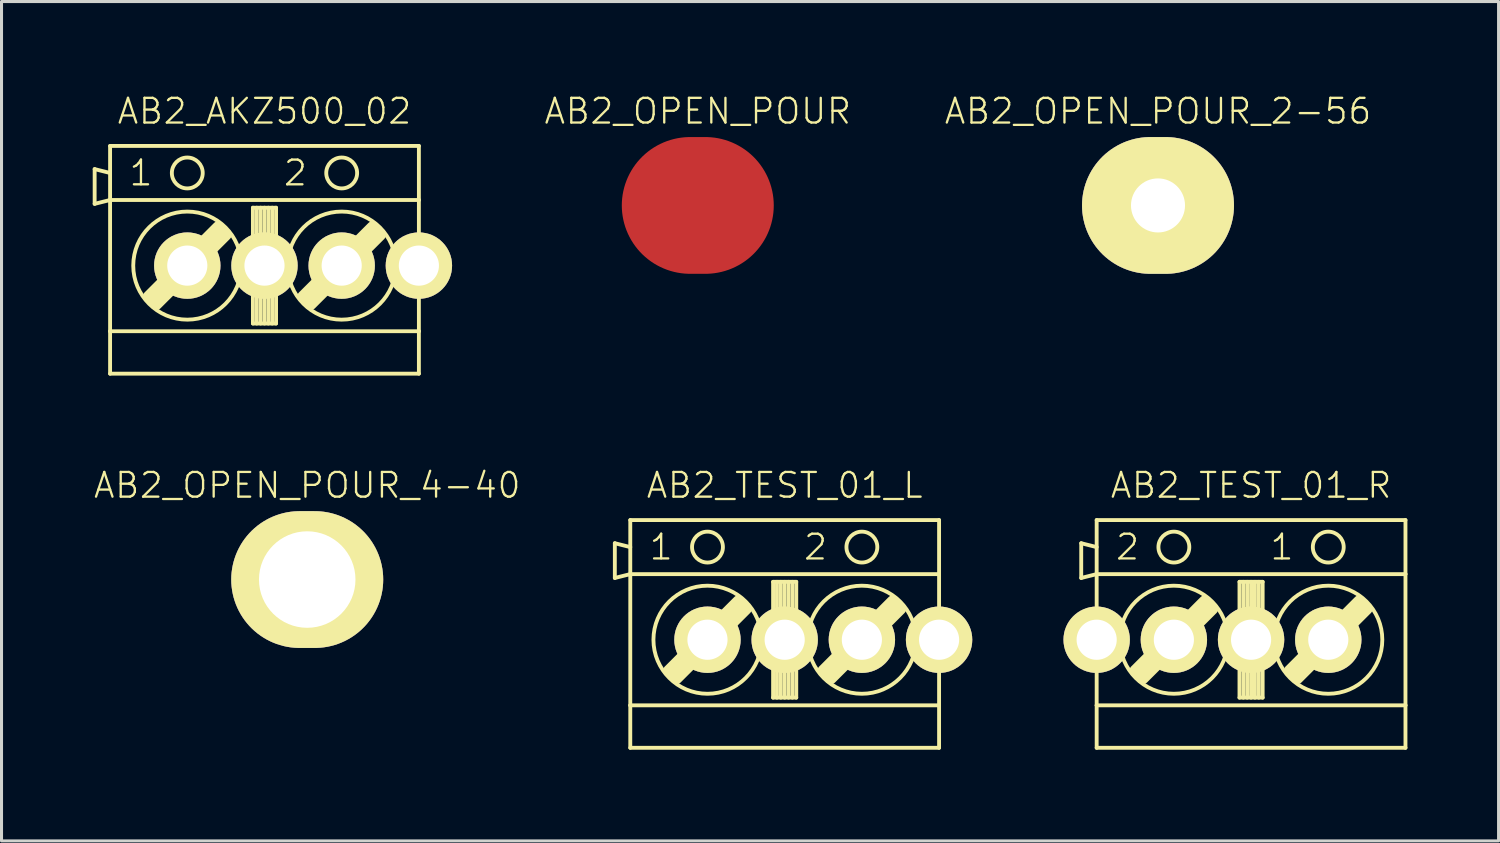
<source format=kicad_pcb>
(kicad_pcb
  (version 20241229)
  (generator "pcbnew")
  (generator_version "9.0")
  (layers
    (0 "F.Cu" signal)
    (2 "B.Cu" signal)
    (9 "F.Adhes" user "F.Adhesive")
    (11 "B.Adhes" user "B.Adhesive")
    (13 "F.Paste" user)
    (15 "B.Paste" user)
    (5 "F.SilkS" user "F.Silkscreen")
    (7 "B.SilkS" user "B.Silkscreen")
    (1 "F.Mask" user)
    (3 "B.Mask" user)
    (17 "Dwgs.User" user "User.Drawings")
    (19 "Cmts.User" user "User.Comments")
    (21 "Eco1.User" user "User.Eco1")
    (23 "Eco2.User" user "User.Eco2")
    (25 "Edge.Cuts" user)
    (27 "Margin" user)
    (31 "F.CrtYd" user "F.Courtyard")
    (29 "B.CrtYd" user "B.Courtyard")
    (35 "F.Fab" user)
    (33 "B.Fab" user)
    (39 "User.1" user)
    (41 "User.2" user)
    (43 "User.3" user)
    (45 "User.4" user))
  (footprint "AB2_OPEN_POUR"
    (layer "F.Cu")
    (at 19.908 3.709)
    (property "Reference" "AB2_OPEN_POUR" (at 0 -3.1 0) (layer "F.SilkS") (effects (font (size 0.813 0.813) (thickness 0.076))))
    (attr through_hole)
    (pad "1" smd oval (at 0 0) (size 5 4.5) (layers "F.Cu" "F.Mask" "F.Paste")))
  (footprint "AB2_TEST_01_R"
    (layer "F.Cu")
    (at 38.112 17.998)
    (property "Reference" "AB2_TEST_01_R" (at 0 -5.08 0) (layer "F.SilkS") (effects (font (size 0.813 0.813) (thickness 0.076))))
    (attr through_hole)
    (fp_line (start -5.588 -3.175) (end -5.08 -3.048) (stroke (width 0.127) (type solid)) (layer "F.SilkS"))
    (fp_line (start -5.588 -2.032) (end -5.588 -3.175) (stroke (width 0.127) (type solid)) (layer "F.SilkS"))
    (fp_line (start -5.08 -3.937) (end 5.08 -3.937) (stroke (width 0.127) (type solid)) (layer "F.SilkS"))
    (fp_line (start -5.08 -2.159) (end -5.588 -2.032) (stroke (width 0.127) (type solid)) (layer "F.SilkS"))
    (fp_line (start -5.08 -2.159) (end -5.08 -3.937) (stroke (width 0.127) (type solid)) (layer "F.SilkS"))
    (fp_line (start -5.08 -2.159) (end 5.08 -2.159) (stroke (width 0.127) (type solid)) (layer "F.SilkS"))
    (fp_line (start -5.08 2.159) (end -5.08 -2.159) (stroke (width 0.127) (type solid)) (layer "F.SilkS"))
    (fp_line (start -5.08 2.159) (end -5.08 3.556) (stroke (width 0.127) (type solid)) (layer "F.SilkS"))
    (fp_line (start -5.08 3.556) (end 5.08 3.556) (stroke (width 0.127) (type solid)) (layer "F.SilkS"))
    (fp_line (start -3.81 1.016) (end -1.524 -1.27) (stroke (width 0.381) (type solid)) (layer "F.SilkS"))
    (fp_line (start -3.683 1.143) (end -1.397 -1.143) (stroke (width 0.381) (type solid)) (layer "F.SilkS"))
    (fp_line (start -1.27 -1.016) (end -3.556 1.27) (stroke (width 0.381) (type solid)) (layer "F.SilkS"))
    (fp_line (start -0.381 -1.905) (end 0.381 -1.905) (stroke (width 0.127) (type solid)) (layer "F.SilkS"))
    (fp_line (start -0.381 1.905) (end -0.381 -1.905) (stroke (width 0.127) (type solid)) (layer "F.SilkS"))
    (fp_line (start -0.254 -1.905) (end -0.254 1.905) (stroke (width 0.127) (type solid)) (layer "F.SilkS"))
    (fp_line (start -0.127 -1.905) (end -0.127 1.905) (stroke (width 0.127) (type solid)) (layer "F.SilkS"))
    (fp_line (start 0 -1.905) (end 0 1.905) (stroke (width 0.127) (type solid)) (layer "F.SilkS"))
    (fp_line (start 0.127 -1.905) (end 0.127 1.905) (stroke (width 0.127) (type solid)) (layer "F.SilkS"))
    (fp_line (start 0.254 -1.905) (end 0.254 1.905) (stroke (width 0.127) (type solid)) (layer "F.SilkS"))
    (fp_line (start 0.381 -1.905) (end 0.381 1.905) (stroke (width 0.127) (type solid)) (layer "F.SilkS"))
    (fp_line (start 0.381 1.905) (end -0.381 1.905) (stroke (width 0.127) (type solid)) (layer "F.SilkS"))
    (fp_line (start 1.27 1.016) (end 3.556 -1.27) (stroke (width 0.381) (type solid)) (layer "F.SilkS"))
    (fp_line (start 1.397 1.143) (end 3.683 -1.143) (stroke (width 0.381) (type solid)) (layer "F.SilkS"))
    (fp_line (start 3.81 -1.016) (end 1.524 1.27) (stroke (width 0.381) (type solid)) (layer "F.SilkS"))
    (fp_line (start 5.08 -3.937) (end 5.08 -2.159) (stroke (width 0.127) (type solid)) (layer "F.SilkS"))
    (fp_line (start 5.08 -2.159) (end 5.08 2.159) (stroke (width 0.127) (type solid)) (layer "F.SilkS"))
    (fp_line (start 5.08 2.159) (end -5.08 2.159) (stroke (width 0.127) (type solid)) (layer "F.SilkS"))
    (fp_line (start 5.08 3.556) (end 5.08 2.159) (stroke (width 0.127) (type solid)) (layer "F.SilkS"))
    (fp_circle (center -2.54 -3.048) (end -2.54 -3.556) (stroke (width 0.127) (type solid)) (fill no) (layer "F.SilkS"))
    (fp_circle (center -2.54 0) (end -2.54 -1.778) (stroke (width 0.127) (type solid)) (fill no) (layer "F.SilkS"))
    (fp_circle (center 2.54 -3.048) (end 2.54 -3.556) (stroke (width 0.127) (type solid)) (fill no) (layer "F.SilkS"))
    (fp_circle (center 2.54 0) (end 2.54 -1.778) (stroke (width 0.127) (type solid)) (fill no) (layer "F.SilkS"))
    (fp_text user "1" (at 1.016 -3.048 0) (layer "F.SilkS") (effects (font (size 0.813 0.813) (thickness 0.076))))
    (fp_text user "2" (at -4.064 -3.048 0) (layer "F.SilkS") (effects (font (size 0.813 0.813) (thickness 0.076))))
    (pad "1" thru_hole circle (at 0 0) (size 2.184 2.184) (drill 1.321) (layers "*.Cu" "*.Mask" "F.SilkS"))
    (pad "1" thru_hole circle (at 2.54 0) (size 2.184 2.184) (drill 1.321) (layers "*.Cu" "*.Mask" "F.SilkS"))
    (pad "2" thru_hole circle (at -5.08 0) (size 2.184 2.184) (drill 1.321) (layers "*.Cu" "*.Mask" "F.SilkS"))
    (pad "2" thru_hole circle (at -2.54 0) (size 2.184 2.184) (drill 1.321) (layers "*.Cu" "*.Mask" "F.SilkS")))
  (footprint "AB2_OPEN_POUR_2-56"
    (layer "F.Cu")
    (at 35.05 3.709)
    (property "Reference" "AB2_OPEN_POUR_2-56" (at 0 -3.1 0) (layer "F.SilkS") (effects (font (size 0.813 0.813) (thickness 0.076))))
    (attr through_hole)
    (pad "1" thru_hole oval (at 0 0) (size 5 4.5) (drill 1.778) (layers "*.Cu" "*.Mask" "F.SilkS")))
  (footprint "AB2_TEST_01_L"
    (layer "F.Cu")
    (at 22.767 17.998)
    (property "Reference" "AB2_TEST_01_L" (at 0 -5.08 0) (layer "F.SilkS") (effects (font (size 0.813 0.813) (thickness 0.076))))
    (attr through_hole)
    (fp_line (start -5.588 -3.175) (end -5.08 -3.048) (stroke (width 0.127) (type solid)) (layer "F.SilkS"))
    (fp_line (start -5.588 -2.032) (end -5.588 -3.175) (stroke (width 0.127) (type solid)) (layer "F.SilkS"))
    (fp_line (start -5.08 -3.937) (end 5.08 -3.937) (stroke (width 0.127) (type solid)) (layer "F.SilkS"))
    (fp_line (start -5.08 -2.159) (end -5.588 -2.032) (stroke (width 0.127) (type solid)) (layer "F.SilkS"))
    (fp_line (start -5.08 -2.159) (end -5.08 -3.937) (stroke (width 0.127) (type solid)) (layer "F.SilkS"))
    (fp_line (start -5.08 -2.159) (end 5.08 -2.159) (stroke (width 0.127) (type solid)) (layer "F.SilkS"))
    (fp_line (start -5.08 2.159) (end -5.08 -2.159) (stroke (width 0.127) (type solid)) (layer "F.SilkS"))
    (fp_line (start -5.08 2.159) (end -5.08 3.556) (stroke (width 0.127) (type solid)) (layer "F.SilkS"))
    (fp_line (start -5.08 3.556) (end 5.08 3.556) (stroke (width 0.127) (type solid)) (layer "F.SilkS"))
    (fp_line (start -3.81 1.016) (end -1.524 -1.27) (stroke (width 0.381) (type solid)) (layer "F.SilkS"))
    (fp_line (start -3.683 1.143) (end -1.397 -1.143) (stroke (width 0.381) (type solid)) (layer "F.SilkS"))
    (fp_line (start -1.27 -1.016) (end -3.556 1.27) (stroke (width 0.381) (type solid)) (layer "F.SilkS"))
    (fp_line (start -0.381 -1.905) (end 0.381 -1.905) (stroke (width 0.127) (type solid)) (layer "F.SilkS"))
    (fp_line (start -0.381 1.905) (end -0.381 -1.905) (stroke (width 0.127) (type solid)) (layer "F.SilkS"))
    (fp_line (start -0.254 -1.905) (end -0.254 1.905) (stroke (width 0.127) (type solid)) (layer "F.SilkS"))
    (fp_line (start -0.127 -1.905) (end -0.127 1.905) (stroke (width 0.127) (type solid)) (layer "F.SilkS"))
    (fp_line (start 0 -1.905) (end 0 1.905) (stroke (width 0.127) (type solid)) (layer "F.SilkS"))
    (fp_line (start 0.127 -1.905) (end 0.127 1.905) (stroke (width 0.127) (type solid)) (layer "F.SilkS"))
    (fp_line (start 0.254 -1.905) (end 0.254 1.905) (stroke (width 0.127) (type solid)) (layer "F.SilkS"))
    (fp_line (start 0.381 -1.905) (end 0.381 1.905) (stroke (width 0.127) (type solid)) (layer "F.SilkS"))
    (fp_line (start 0.381 1.905) (end -0.381 1.905) (stroke (width 0.127) (type solid)) (layer "F.SilkS"))
    (fp_line (start 1.27 1.016) (end 3.556 -1.27) (stroke (width 0.381) (type solid)) (layer "F.SilkS"))
    (fp_line (start 1.397 1.143) (end 3.683 -1.143) (stroke (width 0.381) (type solid)) (layer "F.SilkS"))
    (fp_line (start 3.81 -1.016) (end 1.524 1.27) (stroke (width 0.381) (type solid)) (layer "F.SilkS"))
    (fp_line (start 5.08 -3.937) (end 5.08 -2.159) (stroke (width 0.127) (type solid)) (layer "F.SilkS"))
    (fp_line (start 5.08 -2.159) (end 5.08 2.159) (stroke (width 0.127) (type solid)) (layer "F.SilkS"))
    (fp_line (start 5.08 2.159) (end -5.08 2.159) (stroke (width 0.127) (type solid)) (layer "F.SilkS"))
    (fp_line (start 5.08 3.556) (end 5.08 2.159) (stroke (width 0.127) (type solid)) (layer "F.SilkS"))
    (fp_circle (center -2.54 -3.048) (end -2.54 -3.556) (stroke (width 0.127) (type solid)) (fill no) (layer "F.SilkS"))
    (fp_circle (center -2.54 0) (end -2.54 -1.778) (stroke (width 0.127) (type solid)) (fill no) (layer "F.SilkS"))
    (fp_circle (center 2.54 -3.048) (end 2.54 -3.556) (stroke (width 0.127) (type solid)) (fill no) (layer "F.SilkS"))
    (fp_circle (center 2.54 0) (end 2.54 -1.778) (stroke (width 0.127) (type solid)) (fill no) (layer "F.SilkS"))
    (fp_text user "2" (at 1.016 -3.048 0) (layer "F.SilkS") (effects (font (size 0.813 0.813) (thickness 0.076))))
    (fp_text user "1" (at -4.064 -3.048 0) (layer "F.SilkS") (effects (font (size 0.813 0.813) (thickness 0.076))))
    (pad "1" thru_hole circle (at -2.54 0) (size 2.184 2.184) (drill 1.321) (layers "*.Cu" "*.Mask" "F.SilkS"))
    (pad "1" thru_hole circle (at 0 0) (size 2.184 2.184) (drill 1.321) (layers "*.Cu" "*.Mask" "F.SilkS"))
    (pad "2" thru_hole circle (at 2.54 0) (size 2.184 2.184) (drill 1.321) (layers "*.Cu" "*.Mask" "F.SilkS"))
    (pad "2" thru_hole circle (at 5.08 0) (size 2.184 2.184) (drill 1.321) (layers "*.Cu" "*.Mask" "F.SilkS")))
  (footprint "AB2_OPEN_POUR_4-40"
    (layer "F.Cu")
    (at 7.058 16.018)
    (property "Reference" "AB2_OPEN_POUR_4-40" (at 0 -3.1 0) (layer "F.SilkS") (effects (font (size 0.813 0.813) (thickness 0.076))))
    (attr through_hole)
    (pad "1" thru_hole oval (at 0 0) (size 5 4.5) (drill 3.175) (layers "*.Cu" "*.Mask" "F.SilkS")))
  (footprint "AB2_AKZ500_02"
    (layer "F.Cu")
    (at 5.652 5.689)
    (property "Reference" "AB2_AKZ500_02" (at 0 -5.08 0) (layer "F.SilkS") (effects (font (size 0.813 0.813) (thickness 0.076))))
    (attr through_hole)
    (fp_line (start -5.588 -3.175) (end -5.08 -3.048) (stroke (width 0.127) (type solid)) (layer "F.SilkS"))
    (fp_line (start -5.588 -2.032) (end -5.588 -3.175) (stroke (width 0.127) (type solid)) (layer "F.SilkS"))
    (fp_line (start -5.08 -3.937) (end 5.08 -3.937) (stroke (width 0.127) (type solid)) (layer "F.SilkS"))
    (fp_line (start -5.08 -2.159) (end -5.588 -2.032) (stroke (width 0.127) (type solid)) (layer "F.SilkS"))
    (fp_line (start -5.08 -2.159) (end -5.08 -3.937) (stroke (width 0.127) (type solid)) (layer "F.SilkS"))
    (fp_line (start -5.08 -2.159) (end 5.08 -2.159) (stroke (width 0.127) (type solid)) (layer "F.SilkS"))
    (fp_line (start -5.08 2.159) (end -5.08 -2.159) (stroke (width 0.127) (type solid)) (layer "F.SilkS"))
    (fp_line (start -5.08 2.159) (end -5.08 3.556) (stroke (width 0.127) (type solid)) (layer "F.SilkS"))
    (fp_line (start -5.08 3.556) (end 5.08 3.556) (stroke (width 0.127) (type solid)) (layer "F.SilkS"))
    (fp_line (start -3.81 1.016) (end -1.524 -1.27) (stroke (width 0.381) (type solid)) (layer "F.SilkS"))
    (fp_line (start -3.683 1.143) (end -1.397 -1.143) (stroke (width 0.381) (type solid)) (layer "F.SilkS"))
    (fp_line (start -1.27 -1.016) (end -3.556 1.27) (stroke (width 0.381) (type solid)) (layer "F.SilkS"))
    (fp_line (start -0.381 -1.905) (end 0.381 -1.905) (stroke (width 0.127) (type solid)) (layer "F.SilkS"))
    (fp_line (start -0.381 1.905) (end -0.381 -1.905) (stroke (width 0.127) (type solid)) (layer "F.SilkS"))
    (fp_line (start -0.254 -1.905) (end -0.254 1.905) (stroke (width 0.127) (type solid)) (layer "F.SilkS"))
    (fp_line (start -0.127 -1.905) (end -0.127 1.905) (stroke (width 0.127) (type solid)) (layer "F.SilkS"))
    (fp_line (start 0 -1.905) (end 0 1.905) (stroke (width 0.127) (type solid)) (layer "F.SilkS"))
    (fp_line (start 0.127 -1.905) (end 0.127 1.905) (stroke (width 0.127) (type solid)) (layer "F.SilkS"))
    (fp_line (start 0.254 -1.905) (end 0.254 1.905) (stroke (width 0.127) (type solid)) (layer "F.SilkS"))
    (fp_line (start 0.381 -1.905) (end 0.381 1.905) (stroke (width 0.127) (type solid)) (layer "F.SilkS"))
    (fp_line (start 0.381 1.905) (end -0.381 1.905) (stroke (width 0.127) (type solid)) (layer "F.SilkS"))
    (fp_line (start 1.27 1.016) (end 3.556 -1.27) (stroke (width 0.381) (type solid)) (layer "F.SilkS"))
    (fp_line (start 1.397 1.143) (end 3.683 -1.143) (stroke (width 0.381) (type solid)) (layer "F.SilkS"))
    (fp_line (start 3.81 -1.016) (end 1.524 1.27) (stroke (width 0.381) (type solid)) (layer "F.SilkS"))
    (fp_line (start 5.08 -3.937) (end 5.08 -2.159) (stroke (width 0.127) (type solid)) (layer "F.SilkS"))
    (fp_line (start 5.08 -2.159) (end 5.08 2.159) (stroke (width 0.127) (type solid)) (layer "F.SilkS"))
    (fp_line (start 5.08 2.159) (end -5.08 2.159) (stroke (width 0.127) (type solid)) (layer "F.SilkS"))
    (fp_line (start 5.08 3.556) (end 5.08 2.159) (stroke (width 0.127) (type solid)) (layer "F.SilkS"))
    (fp_circle (center -2.54 -3.048) (end -2.54 -3.556) (stroke (width 0.127) (type solid)) (fill no) (layer "F.SilkS"))
    (fp_circle (center -2.54 0) (end -2.54 -1.778) (stroke (width 0.127) (type solid)) (fill no) (layer "F.SilkS"))
    (fp_circle (center 2.54 -3.048) (end 2.54 -3.556) (stroke (width 0.127) (type solid)) (fill no) (layer "F.SilkS"))
    (fp_circle (center 2.54 0) (end 2.54 -1.778) (stroke (width 0.127) (type solid)) (fill no) (layer "F.SilkS"))
    (fp_text user "1" (at -4.064 -3.048 0) (layer "F.SilkS") (effects (font (size 0.813 0.813) (thickness 0.076))))
    (fp_text user "2" (at 1.016 -3.048 0) (layer "F.SilkS") (effects (font (size 0.813 0.813) (thickness 0.076))))
    (pad "1" thru_hole circle (at -2.54 0) (size 2.184 2.184) (drill 1.321) (layers "*.Cu" "*.Mask" "F.SilkS"))
    (pad "1" thru_hole circle (at 0 0) (size 2.184 2.184) (drill 1.321) (layers "*.Cu" "*.Mask" "F.SilkS"))
    (pad "2" thru_hole circle (at 2.54 0) (size 2.184 2.184) (drill 1.321) (layers "*.Cu" "*.Mask" "F.SilkS"))
    (pad "2" thru_hole circle (at 5.08 0) (size 2.184 2.184) (drill 1.321) (layers "*.Cu" "*.Mask" "F.SilkS")))
  (gr_rect
    (start -3 -3)
    (end 46.255 24.617)
    (stroke (width 0.1) (type default))
    (fill no)
    (layer "Edge.Cuts")))
</source>
